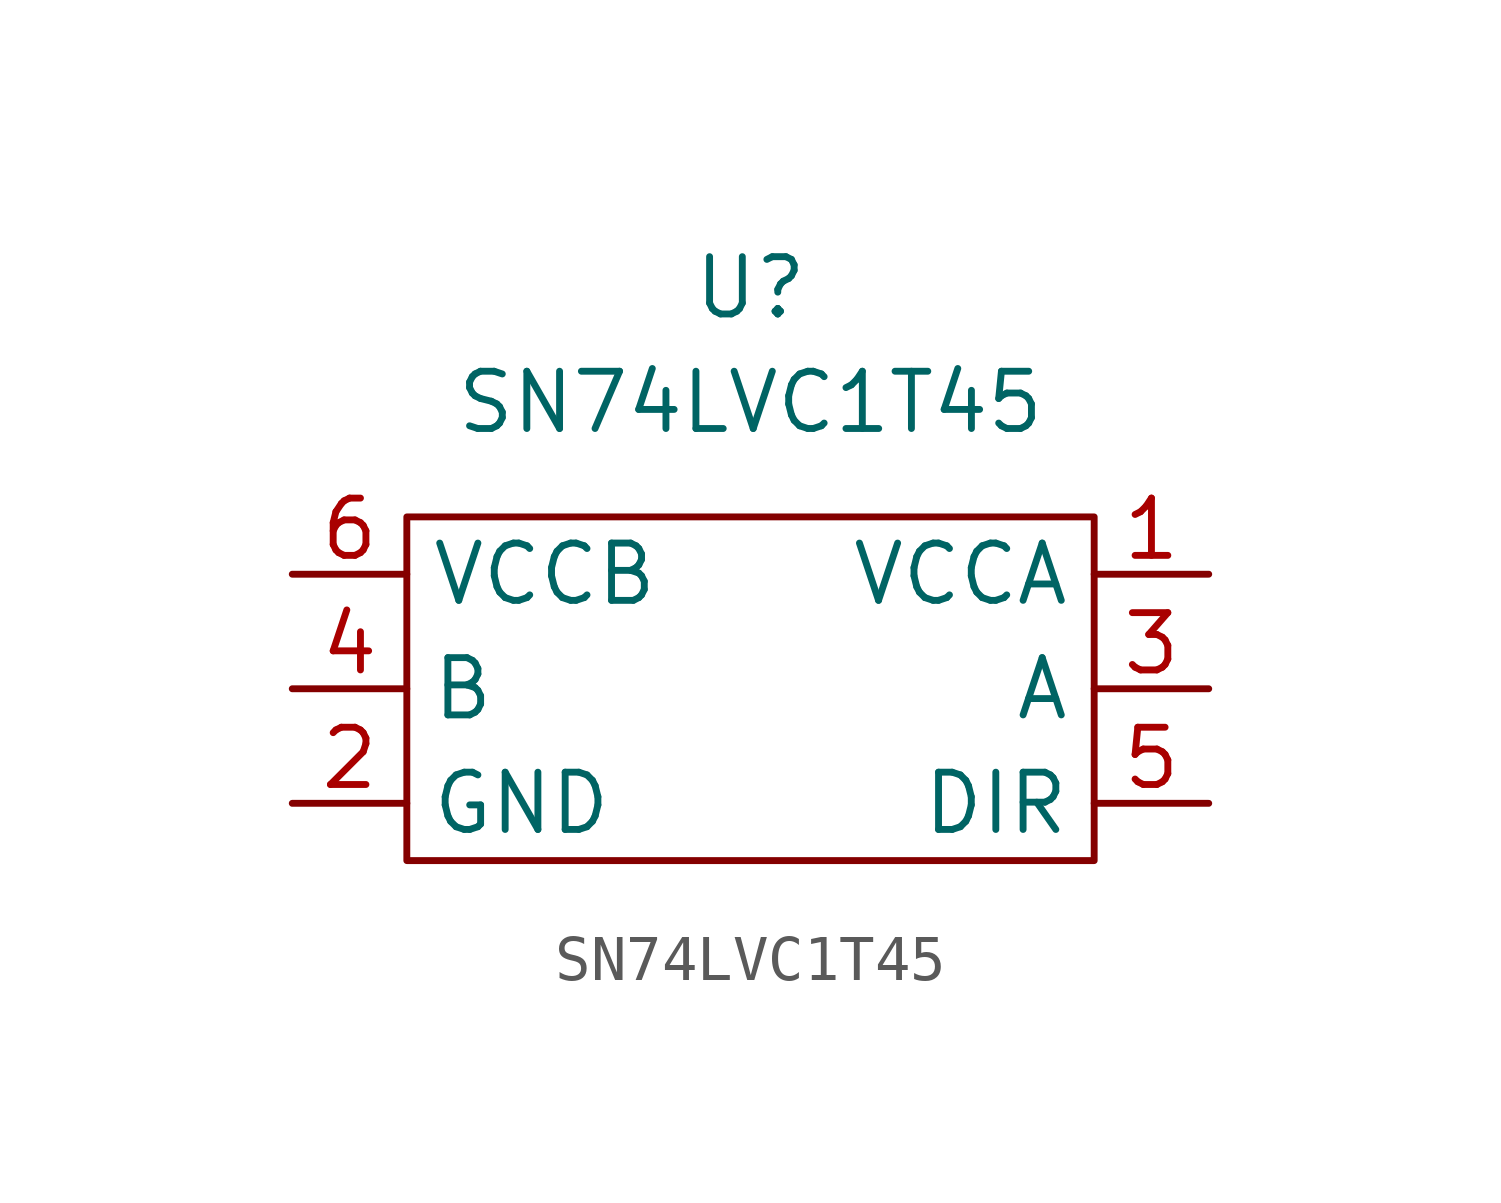
<source format=kicad_sym>
(kicad_symbol_lib
  (version 20211014)
  (generator kicad_symbol_editor)
  (symbol "SN74LVC1T45"
    (property "Reference" "U"
      (at 0 5.08 0)
      (effects (font (size 1.27 1.27))))
    (property "Value" "SN74LVC1T45"
      (at 0 2.54 0)
      (effects (font (size 1.27 1.27))))
    (symbol "SN74LVC1T45_0_1"
      (rectangle (start -7.62 0) (end 7.62 -7.62) (stroke (width 0) (type default) (color 0 0 0 0)) (fill (type none))))
    (symbol "SN74LVC1T45_1_1"
      (pin input line (at 10.16 -1.27 180) (length 2.54) (name "VCCA" (effects (font (size 1.27 1.27)))) (number "1" (effects (font (size 1.27 1.27)))))
      (pin input line (at -10.16 -6.35 0) (length 2.54) (name "GND" (effects (font (size 1.27 1.27)))) (number "2" (effects (font (size 1.27 1.27)))))
      (pin input line (at 10.16 -3.81 180) (length 2.54) (name "A" (effects (font (size 1.27 1.27)))) (number "3" (effects (font (size 1.27 1.27)))))
      (pin input line (at -10.16 -3.81 0) (length 2.54) (name "B" (effects (font (size 1.27 1.27)))) (number "4" (effects (font (size 1.27 1.27)))))
      (pin input line (at 10.16 -6.35 180) (length 2.54) (name "DIR" (effects (font (size 1.27 1.27)))) (number "5" (effects (font (size 1.27 1.27)))))
      (pin input line (at -10.16 -1.27 0) (length 2.54) (name "VCCB" (effects (font (size 1.27 1.27)))) (number "6" (effects (font (size 1.27 1.27))))))))
</source>
